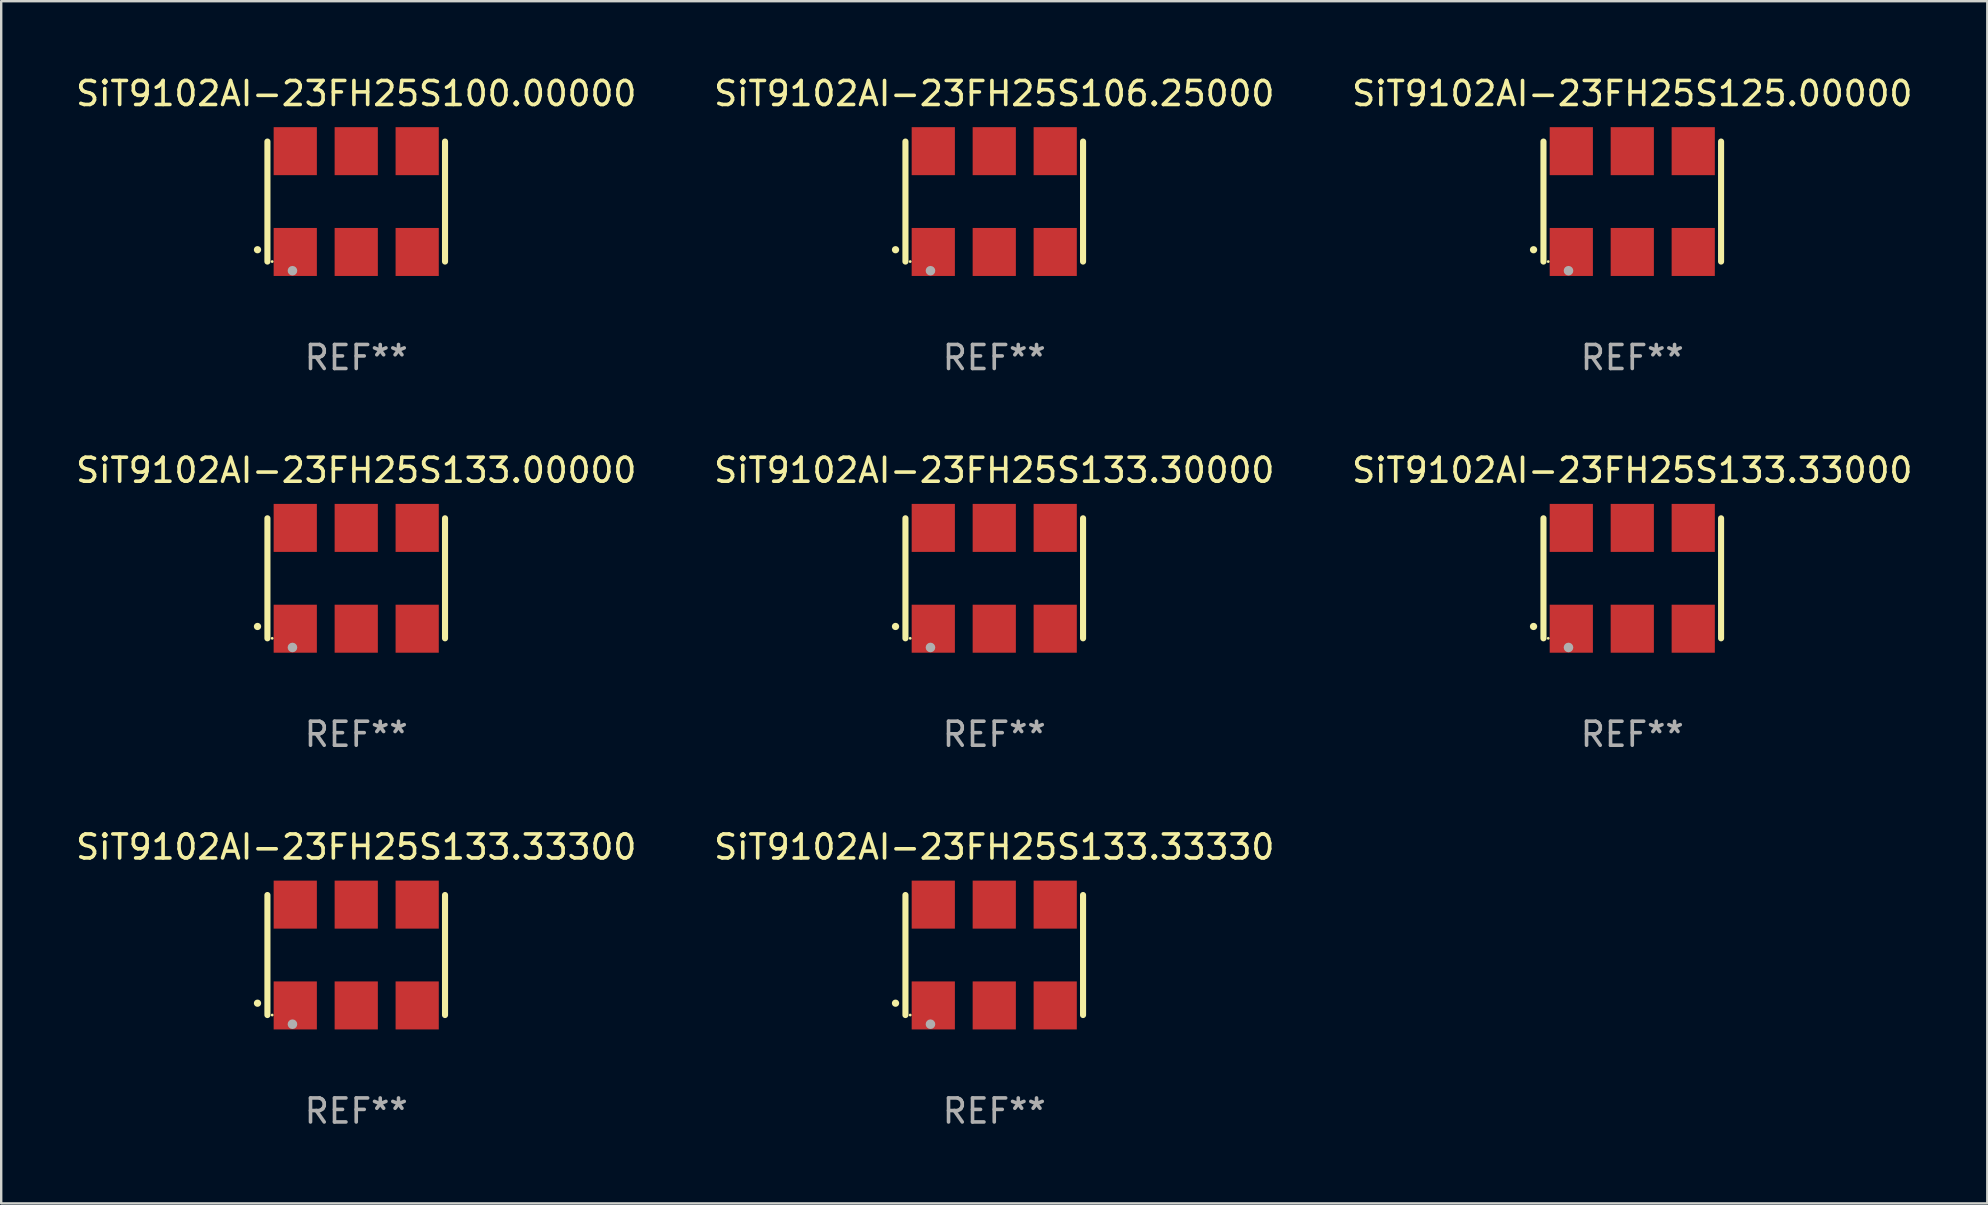
<source format=kicad_pcb>
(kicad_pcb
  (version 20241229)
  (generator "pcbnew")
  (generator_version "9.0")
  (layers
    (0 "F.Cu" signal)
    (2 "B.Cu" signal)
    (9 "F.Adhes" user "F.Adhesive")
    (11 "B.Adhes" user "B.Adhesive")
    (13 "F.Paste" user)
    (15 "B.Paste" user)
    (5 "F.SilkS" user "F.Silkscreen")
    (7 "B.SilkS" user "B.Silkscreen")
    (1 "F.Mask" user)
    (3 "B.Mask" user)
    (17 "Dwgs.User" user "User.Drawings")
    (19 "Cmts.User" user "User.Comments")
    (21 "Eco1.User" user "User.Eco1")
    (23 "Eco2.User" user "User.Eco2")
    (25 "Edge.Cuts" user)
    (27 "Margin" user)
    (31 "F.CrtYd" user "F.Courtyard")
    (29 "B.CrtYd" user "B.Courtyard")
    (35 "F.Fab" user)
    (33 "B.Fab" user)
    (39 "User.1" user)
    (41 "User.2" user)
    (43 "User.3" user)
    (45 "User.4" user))
  (footprint "SiT9102AI-23FH25S125.00000"
    (layer "F.Cu")
    (at 64.958 5.348)
    (property "Reference" "SiT9102AI-23FH25S125.00000" (at 0 -4.5 0) (layer "F.SilkS") (effects (font (size 1 1) (thickness 0.15))))
    (attr through_hole)
    (fp_line (start -3.7 -2.5) (end -3.7 2.5) (stroke (width 0.254) (type solid)) (layer "F.SilkS"))
    (fp_line (start 3.7 -2.5) (end 3.7 2.5) (stroke (width 0.254) (type solid)) (layer "F.SilkS"))
    (fp_arc (start -4.114415 2.006604) (mid -4.113145 2.006599) (end -4.111875 2.006604) (stroke (width 0.3) (type solid)) (layer "F.SilkS"))
    (fp_circle (center -3.502 2.5) (end -3.472 2.5) (stroke (width 0.06) (type solid)) (fill no) (layer "F.SilkS"))
    (fp_circle (center -2.657 2.882) (end -2.557 2.882) (stroke (width 0.2) (type solid)) (fill no) (layer "F.Fab"))
    (fp_text user "REF**" (at 0 6.5 0) (layer "F.Fab") (effects (font (size 1 1) (thickness 0.15))))
    (pad "1" smd rect (at -2.54 2.1) (size 1.8 2) (layers "F.Cu" "F.Mask" "F.Paste"))
    (pad "2" smd rect (at 0.000394 2.1) (size 1.8 2) (layers "F.Cu" "F.Mask" "F.Paste"))
    (pad "3" smd rect (at 2.54 2.1) (size 1.8 2) (layers "F.Cu" "F.Mask" "F.Paste"))
    (pad "4" smd rect (at 2.54 -2.1) (size 1.8 2) (layers "F.Cu" "F.Mask" "F.Paste"))
    (pad "5" smd rect (at 0.000394 -2.1) (size 1.8 2) (layers "F.Cu" "F.Mask" "F.Paste"))
    (pad "6" smd rect (at -2.54 -2.1) (size 1.8 2) (layers "F.Cu" "F.Mask" "F.Paste")))
  (footprint "SiT9102AI-23FH25S106.25000"
    (layer "F.Cu")
    (at 38.375 5.348)
    (property "Reference" "SiT9102AI-23FH25S106.25000" (at 0 -4.5 0) (layer "F.SilkS") (effects (font (size 1 1) (thickness 0.15))))
    (attr through_hole)
    (fp_line (start -3.7 -2.5) (end -3.7 2.5) (stroke (width 0.254) (type solid)) (layer "F.SilkS"))
    (fp_line (start 3.7 -2.5) (end 3.7 2.5) (stroke (width 0.254) (type solid)) (layer "F.SilkS"))
    (fp_arc (start -4.114415 2.006604) (mid -4.113145 2.006599) (end -4.111875 2.006604) (stroke (width 0.3) (type solid)) (layer "F.SilkS"))
    (fp_circle (center -3.502 2.5) (end -3.472 2.5) (stroke (width 0.06) (type solid)) (fill no) (layer "F.SilkS"))
    (fp_circle (center -2.657 2.882) (end -2.557 2.882) (stroke (width 0.2) (type solid)) (fill no) (layer "F.Fab"))
    (fp_text user "REF**" (at 0 6.5 0) (layer "F.Fab") (effects (font (size 1 1) (thickness 0.15))))
    (pad "1" smd rect (at -2.54 2.1) (size 1.8 2) (layers "F.Cu" "F.Mask" "F.Paste"))
    (pad "2" smd rect (at 0.000394 2.1) (size 1.8 2) (layers "F.Cu" "F.Mask" "F.Paste"))
    (pad "3" smd rect (at 2.54 2.1) (size 1.8 2) (layers "F.Cu" "F.Mask" "F.Paste"))
    (pad "4" smd rect (at 2.54 -2.1) (size 1.8 2) (layers "F.Cu" "F.Mask" "F.Paste"))
    (pad "5" smd rect (at 0.000394 -2.1) (size 1.8 2) (layers "F.Cu" "F.Mask" "F.Paste"))
    (pad "6" smd rect (at -2.54 -2.1) (size 1.8 2) (layers "F.Cu" "F.Mask" "F.Paste")))
  (footprint "SiT9102AI-23FH25S133.30000"
    (layer "F.Cu")
    (at 38.375 21.045)
    (property "Reference" "SiT9102AI-23FH25S133.30000" (at 0 -4.5 0) (layer "F.SilkS") (effects (font (size 1 1) (thickness 0.15))))
    (attr through_hole)
    (fp_line (start -3.7 -2.5) (end -3.7 2.5) (stroke (width 0.254) (type solid)) (layer "F.SilkS"))
    (fp_line (start 3.7 -2.5) (end 3.7 2.5) (stroke (width 0.254) (type solid)) (layer "F.SilkS"))
    (fp_arc (start -4.114415 2.006604) (mid -4.113145 2.006599) (end -4.111875 2.006604) (stroke (width 0.3) (type solid)) (layer "F.SilkS"))
    (fp_circle (center -3.502 2.5) (end -3.472 2.5) (stroke (width 0.06) (type solid)) (fill no) (layer "F.SilkS"))
    (fp_circle (center -2.657 2.882) (end -2.557 2.882) (stroke (width 0.2) (type solid)) (fill no) (layer "F.Fab"))
    (fp_text user "REF**" (at 0 6.5 0) (layer "F.Fab") (effects (font (size 1 1) (thickness 0.15))))
    (pad "1" smd rect (at -2.54 2.1) (size 1.8 2) (layers "F.Cu" "F.Mask" "F.Paste"))
    (pad "2" smd rect (at 0.000394 2.1) (size 1.8 2) (layers "F.Cu" "F.Mask" "F.Paste"))
    (pad "3" smd rect (at 2.54 2.1) (size 1.8 2) (layers "F.Cu" "F.Mask" "F.Paste"))
    (pad "4" smd rect (at 2.54 -2.1) (size 1.8 2) (layers "F.Cu" "F.Mask" "F.Paste"))
    (pad "5" smd rect (at 0.000394 -2.1) (size 1.8 2) (layers "F.Cu" "F.Mask" "F.Paste"))
    (pad "6" smd rect (at -2.54 -2.1) (size 1.8 2) (layers "F.Cu" "F.Mask" "F.Paste")))
  (footprint "SiT9102AI-23FH25S133.33000"
    (layer "F.Cu")
    (at 64.958 21.045)
    (property "Reference" "SiT9102AI-23FH25S133.33000" (at 0 -4.5 0) (layer "F.SilkS") (effects (font (size 1 1) (thickness 0.15))))
    (attr through_hole)
    (fp_line (start -3.7 -2.5) (end -3.7 2.5) (stroke (width 0.254) (type solid)) (layer "F.SilkS"))
    (fp_line (start 3.7 -2.5) (end 3.7 2.5) (stroke (width 0.254) (type solid)) (layer "F.SilkS"))
    (fp_arc (start -4.114415 2.006604) (mid -4.113145 2.006599) (end -4.111875 2.006604) (stroke (width 0.3) (type solid)) (layer "F.SilkS"))
    (fp_circle (center -3.502 2.5) (end -3.472 2.5) (stroke (width 0.06) (type solid)) (fill no) (layer "F.SilkS"))
    (fp_circle (center -2.657 2.882) (end -2.557 2.882) (stroke (width 0.2) (type solid)) (fill no) (layer "F.Fab"))
    (fp_text user "REF**" (at 0 6.5 0) (layer "F.Fab") (effects (font (size 1 1) (thickness 0.15))))
    (pad "1" smd rect (at -2.54 2.1) (size 1.8 2) (layers "F.Cu" "F.Mask" "F.Paste"))
    (pad "2" smd rect (at 0.000394 2.1) (size 1.8 2) (layers "F.Cu" "F.Mask" "F.Paste"))
    (pad "3" smd rect (at 2.54 2.1) (size 1.8 2) (layers "F.Cu" "F.Mask" "F.Paste"))
    (pad "4" smd rect (at 2.54 -2.1) (size 1.8 2) (layers "F.Cu" "F.Mask" "F.Paste"))
    (pad "5" smd rect (at 0.000394 -2.1) (size 1.8 2) (layers "F.Cu" "F.Mask" "F.Paste"))
    (pad "6" smd rect (at -2.54 -2.1) (size 1.8 2) (layers "F.Cu" "F.Mask" "F.Paste")))
  (footprint "SiT9102AI-23FH25S100.00000"
    (layer "F.Cu")
    (at 11.792 5.348)
    (property "Reference" "SiT9102AI-23FH25S100.00000" (at 0 -4.5 0) (layer "F.SilkS") (effects (font (size 1 1) (thickness 0.15))))
    (attr through_hole)
    (fp_line (start -3.7 -2.5) (end -3.7 2.5) (stroke (width 0.254) (type solid)) (layer "F.SilkS"))
    (fp_line (start 3.7 -2.5) (end 3.7 2.5) (stroke (width 0.254) (type solid)) (layer "F.SilkS"))
    (fp_arc (start -4.114415 2.006604) (mid -4.113145 2.006599) (end -4.111875 2.006604) (stroke (width 0.3) (type solid)) (layer "F.SilkS"))
    (fp_circle (center -3.502 2.5) (end -3.472 2.5) (stroke (width 0.06) (type solid)) (fill no) (layer "F.SilkS"))
    (fp_circle (center -2.657 2.882) (end -2.557 2.882) (stroke (width 0.2) (type solid)) (fill no) (layer "F.Fab"))
    (fp_text user "REF**" (at 0 6.5 0) (layer "F.Fab") (effects (font (size 1 1) (thickness 0.15))))
    (pad "1" smd rect (at -2.54 2.1) (size 1.8 2) (layers "F.Cu" "F.Mask" "F.Paste"))
    (pad "2" smd rect (at 0.000394 2.1) (size 1.8 2) (layers "F.Cu" "F.Mask" "F.Paste"))
    (pad "3" smd rect (at 2.54 2.1) (size 1.8 2) (layers "F.Cu" "F.Mask" "F.Paste"))
    (pad "4" smd rect (at 2.54 -2.1) (size 1.8 2) (layers "F.Cu" "F.Mask" "F.Paste"))
    (pad "5" smd rect (at 0.000394 -2.1) (size 1.8 2) (layers "F.Cu" "F.Mask" "F.Paste"))
    (pad "6" smd rect (at -2.54 -2.1) (size 1.8 2) (layers "F.Cu" "F.Mask" "F.Paste")))
  (footprint "SiT9102AI-23FH25S133.00000"
    (layer "F.Cu")
    (at 11.792 21.045)
    (property "Reference" "SiT9102AI-23FH25S133.00000" (at 0 -4.5 0) (layer "F.SilkS") (effects (font (size 1 1) (thickness 0.15))))
    (attr through_hole)
    (fp_line (start -3.7 -2.5) (end -3.7 2.5) (stroke (width 0.254) (type solid)) (layer "F.SilkS"))
    (fp_line (start 3.7 -2.5) (end 3.7 2.5) (stroke (width 0.254) (type solid)) (layer "F.SilkS"))
    (fp_arc (start -4.114415 2.006604) (mid -4.113145 2.006599) (end -4.111875 2.006604) (stroke (width 0.3) (type solid)) (layer "F.SilkS"))
    (fp_circle (center -3.502 2.5) (end -3.472 2.5) (stroke (width 0.06) (type solid)) (fill no) (layer "F.SilkS"))
    (fp_circle (center -2.657 2.882) (end -2.557 2.882) (stroke (width 0.2) (type solid)) (fill no) (layer "F.Fab"))
    (fp_text user "REF**" (at 0 6.5 0) (layer "F.Fab") (effects (font (size 1 1) (thickness 0.15))))
    (pad "1" smd rect (at -2.54 2.1) (size 1.8 2) (layers "F.Cu" "F.Mask" "F.Paste"))
    (pad "2" smd rect (at 0.000394 2.1) (size 1.8 2) (layers "F.Cu" "F.Mask" "F.Paste"))
    (pad "3" smd rect (at 2.54 2.1) (size 1.8 2) (layers "F.Cu" "F.Mask" "F.Paste"))
    (pad "4" smd rect (at 2.54 -2.1) (size 1.8 2) (layers "F.Cu" "F.Mask" "F.Paste"))
    (pad "5" smd rect (at 0.000394 -2.1) (size 1.8 2) (layers "F.Cu" "F.Mask" "F.Paste"))
    (pad "6" smd rect (at -2.54 -2.1) (size 1.8 2) (layers "F.Cu" "F.Mask" "F.Paste")))
  (footprint "SiT9102AI-23FH25S133.33300"
    (layer "F.Cu")
    (at 11.792 36.741)
    (property "Reference" "SiT9102AI-23FH25S133.33300" (at 0 -4.5 0) (layer "F.SilkS") (effects (font (size 1 1) (thickness 0.15))))
    (attr through_hole)
    (fp_line (start -3.7 -2.5) (end -3.7 2.5) (stroke (width 0.254) (type solid)) (layer "F.SilkS"))
    (fp_line (start 3.7 -2.5) (end 3.7 2.5) (stroke (width 0.254) (type solid)) (layer "F.SilkS"))
    (fp_arc (start -4.114415 2.006604) (mid -4.113145 2.006599) (end -4.111875 2.006604) (stroke (width 0.3) (type solid)) (layer "F.SilkS"))
    (fp_circle (center -3.502 2.5) (end -3.472 2.5) (stroke (width 0.06) (type solid)) (fill no) (layer "F.SilkS"))
    (fp_circle (center -2.657 2.882) (end -2.557 2.882) (stroke (width 0.2) (type solid)) (fill no) (layer "F.Fab"))
    (fp_text user "REF**" (at 0 6.5 0) (layer "F.Fab") (effects (font (size 1 1) (thickness 0.15))))
    (pad "1" smd rect (at -2.54 2.1) (size 1.8 2) (layers "F.Cu" "F.Mask" "F.Paste"))
    (pad "2" smd rect (at 0.000394 2.1) (size 1.8 2) (layers "F.Cu" "F.Mask" "F.Paste"))
    (pad "3" smd rect (at 2.54 2.1) (size 1.8 2) (layers "F.Cu" "F.Mask" "F.Paste"))
    (pad "4" smd rect (at 2.54 -2.1) (size 1.8 2) (layers "F.Cu" "F.Mask" "F.Paste"))
    (pad "5" smd rect (at 0.000394 -2.1) (size 1.8 2) (layers "F.Cu" "F.Mask" "F.Paste"))
    (pad "6" smd rect (at -2.54 -2.1) (size 1.8 2) (layers "F.Cu" "F.Mask" "F.Paste")))
  (footprint "SiT9102AI-23FH25S133.33330"
    (layer "F.Cu")
    (at 38.375 36.741)
    (property "Reference" "SiT9102AI-23FH25S133.33330" (at 0 -4.5 0) (layer "F.SilkS") (effects (font (size 1 1) (thickness 0.15))))
    (attr through_hole)
    (fp_line (start -3.7 -2.5) (end -3.7 2.5) (stroke (width 0.254) (type solid)) (layer "F.SilkS"))
    (fp_line (start 3.7 -2.5) (end 3.7 2.5) (stroke (width 0.254) (type solid)) (layer "F.SilkS"))
    (fp_arc (start -4.114415 2.006604) (mid -4.113145 2.006599) (end -4.111875 2.006604) (stroke (width 0.3) (type solid)) (layer "F.SilkS"))
    (fp_circle (center -3.502 2.5) (end -3.472 2.5) (stroke (width 0.06) (type solid)) (fill no) (layer "F.SilkS"))
    (fp_circle (center -2.657 2.882) (end -2.557 2.882) (stroke (width 0.2) (type solid)) (fill no) (layer "F.Fab"))
    (fp_text user "REF**" (at 0 6.5 0) (layer "F.Fab") (effects (font (size 1 1) (thickness 0.15))))
    (pad "1" smd rect (at -2.54 2.1) (size 1.8 2) (layers "F.Cu" "F.Mask" "F.Paste"))
    (pad "2" smd rect (at 0.000394 2.1) (size 1.8 2) (layers "F.Cu" "F.Mask" "F.Paste"))
    (pad "3" smd rect (at 2.54 2.1) (size 1.8 2) (layers "F.Cu" "F.Mask" "F.Paste"))
    (pad "4" smd rect (at 2.54 -2.1) (size 1.8 2) (layers "F.Cu" "F.Mask" "F.Paste"))
    (pad "5" smd rect (at 0.000394 -2.1) (size 1.8 2) (layers "F.Cu" "F.Mask" "F.Paste"))
    (pad "6" smd rect (at -2.54 -2.1) (size 1.8 2) (layers "F.Cu" "F.Mask" "F.Paste")))
  (gr_rect
    (start -3 -3)
    (end 79.75 47.09)
    (stroke (width 0.1) (type default))
    (fill no)
    (layer "Edge.Cuts")))
</source>
